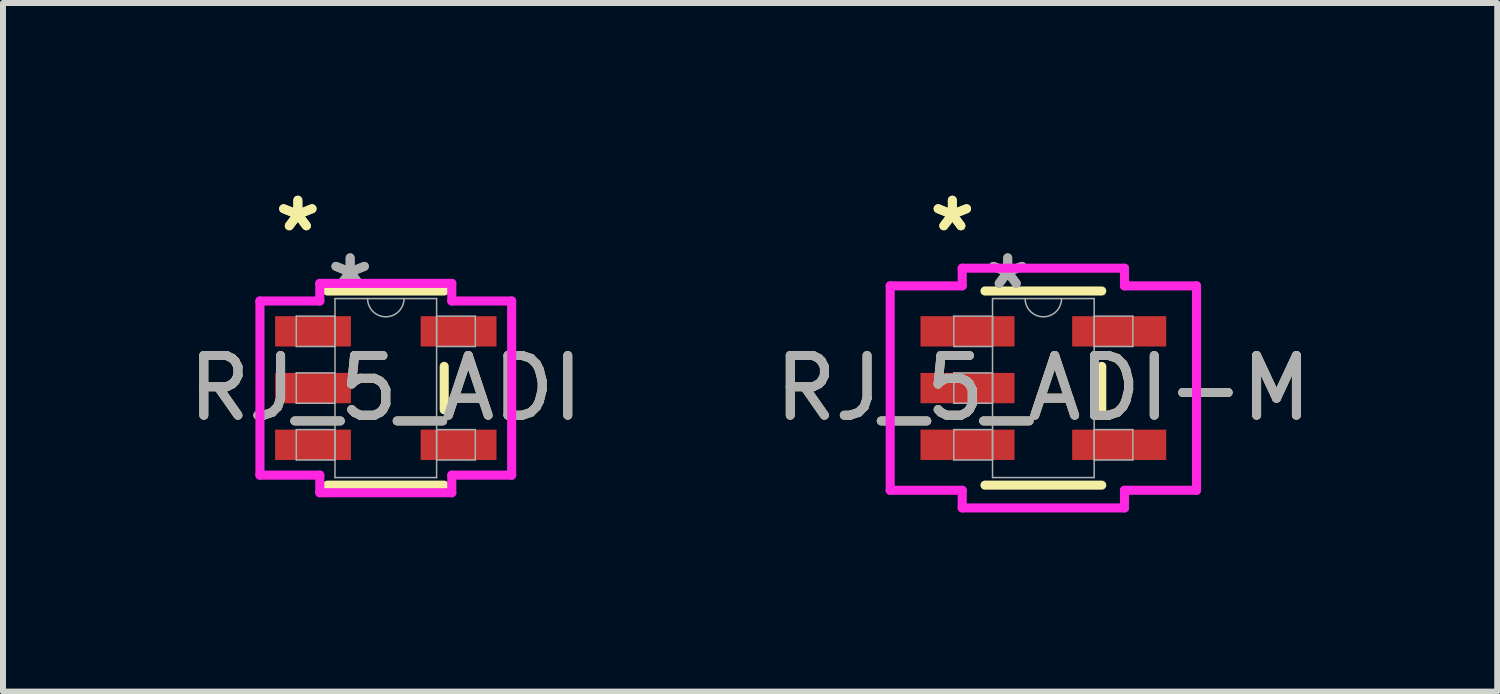
<source format=kicad_pcb>
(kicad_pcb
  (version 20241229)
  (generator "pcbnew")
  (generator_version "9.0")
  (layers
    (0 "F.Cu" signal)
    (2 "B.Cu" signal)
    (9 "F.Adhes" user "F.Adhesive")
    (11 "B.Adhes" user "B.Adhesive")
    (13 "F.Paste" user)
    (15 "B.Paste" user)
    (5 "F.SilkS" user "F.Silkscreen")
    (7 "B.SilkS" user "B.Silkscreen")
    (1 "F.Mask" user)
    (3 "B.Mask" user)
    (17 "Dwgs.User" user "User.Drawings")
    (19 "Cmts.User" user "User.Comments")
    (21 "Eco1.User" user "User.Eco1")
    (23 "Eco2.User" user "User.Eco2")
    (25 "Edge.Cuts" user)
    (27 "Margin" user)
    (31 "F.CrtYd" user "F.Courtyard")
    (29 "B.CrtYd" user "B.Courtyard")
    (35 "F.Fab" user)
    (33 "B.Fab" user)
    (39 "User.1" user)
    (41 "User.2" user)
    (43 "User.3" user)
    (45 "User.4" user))
  (footprint "RJ_5_ADI"
    (layer "F.Cu")
    (at 3.411 3.449)
    (property "Reference" "RJ_5_ADI" (at 0 0 0) (unlocked yes) (layer "F.SilkS") (effects (font (size 1 1) (thickness 0.15))))
    (attr smd)
    (fp_line (start -0.978 1.626) (end 0.978 1.626) (stroke (width 0.152) (type solid)) (layer "F.SilkS"))
    (fp_line (start 0.978 -1.626) (end -0.978 -1.626) (stroke (width 0.152) (type solid)) (layer "F.SilkS"))
    (fp_line (start 0.978 0.363) (end 0.978 -0.363) (stroke (width 0.152) (type solid)) (layer "F.SilkS"))
    (fp_line (start -2.108 -1.458) (end -1.105 -1.458) (stroke (width 0.152) (type solid)) (layer "F.CrtYd"))
    (fp_line (start -2.108 1.458) (end -2.108 -1.458) (stroke (width 0.152) (type solid)) (layer "F.CrtYd"))
    (fp_line (start -1.105 -1.753) (end 1.105 -1.753) (stroke (width 0.152) (type solid)) (layer "F.CrtYd"))
    (fp_line (start -1.105 -1.458) (end -1.105 -1.753) (stroke (width 0.152) (type solid)) (layer "F.CrtYd"))
    (fp_line (start -1.105 1.458) (end -2.108 1.458) (stroke (width 0.152) (type solid)) (layer "F.CrtYd"))
    (fp_line (start -1.105 1.753) (end -1.105 1.458) (stroke (width 0.152) (type solid)) (layer "F.CrtYd"))
    (fp_line (start 1.105 -1.753) (end 1.105 -1.458) (stroke (width 0.152) (type solid)) (layer "F.CrtYd"))
    (fp_line (start 1.105 -1.458) (end 2.108 -1.458) (stroke (width 0.152) (type solid)) (layer "F.CrtYd"))
    (fp_line (start 1.105 1.458) (end 1.105 1.753) (stroke (width 0.152) (type solid)) (layer "F.CrtYd"))
    (fp_line (start 1.105 1.753) (end -1.105 1.753) (stroke (width 0.152) (type solid)) (layer "F.CrtYd"))
    (fp_line (start 2.108 -1.458) (end 2.108 1.458) (stroke (width 0.152) (type solid)) (layer "F.CrtYd"))
    (fp_line (start 2.108 1.458) (end 1.105 1.458) (stroke (width 0.152) (type solid)) (layer "F.CrtYd"))
    (fp_line (start -1.499 -1.204) (end -1.499 -0.696) (stroke (width 0.025) (type solid)) (layer "F.Fab"))
    (fp_line (start -1.499 -0.696) (end -0.851 -0.696) (stroke (width 0.025) (type solid)) (layer "F.Fab"))
    (fp_line (start -1.499 -0.254) (end -1.499 0.254) (stroke (width 0.025) (type solid)) (layer "F.Fab"))
    (fp_line (start -1.499 0.254) (end -0.851 0.254) (stroke (width 0.025) (type solid)) (layer "F.Fab"))
    (fp_line (start -1.499 0.696) (end -1.499 1.204) (stroke (width 0.025) (type solid)) (layer "F.Fab"))
    (fp_line (start -1.499 1.204) (end -0.851 1.204) (stroke (width 0.025) (type solid)) (layer "F.Fab"))
    (fp_line (start -0.851 -1.499) (end -0.851 1.499) (stroke (width 0.025) (type solid)) (layer "F.Fab"))
    (fp_line (start -0.851 -1.204) (end -1.499 -1.204) (stroke (width 0.025) (type solid)) (layer "F.Fab"))
    (fp_line (start -0.851 -0.696) (end -0.851 -1.204) (stroke (width 0.025) (type solid)) (layer "F.Fab"))
    (fp_line (start -0.851 -0.254) (end -1.499 -0.254) (stroke (width 0.025) (type solid)) (layer "F.Fab"))
    (fp_line (start -0.851 0.254) (end -0.851 -0.254) (stroke (width 0.025) (type solid)) (layer "F.Fab"))
    (fp_line (start -0.851 0.696) (end -1.499 0.696) (stroke (width 0.025) (type solid)) (layer "F.Fab"))
    (fp_line (start -0.851 1.204) (end -0.851 0.696) (stroke (width 0.025) (type solid)) (layer "F.Fab"))
    (fp_line (start -0.851 1.499) (end 0.851 1.499) (stroke (width 0.025) (type solid)) (layer "F.Fab"))
    (fp_line (start 0.851 -1.499) (end -0.851 -1.499) (stroke (width 0.025) (type solid)) (layer "F.Fab"))
    (fp_line (start 0.851 -1.204) (end 0.851 -0.696) (stroke (width 0.025) (type solid)) (layer "F.Fab"))
    (fp_line (start 0.851 -0.696) (end 1.499 -0.696) (stroke (width 0.025) (type solid)) (layer "F.Fab"))
    (fp_line (start 0.851 0.696) (end 0.851 1.204) (stroke (width 0.025) (type solid)) (layer "F.Fab"))
    (fp_line (start 0.851 1.204) (end 1.499 1.204) (stroke (width 0.025) (type solid)) (layer "F.Fab"))
    (fp_line (start 0.851 1.499) (end 0.851 -1.499) (stroke (width 0.025) (type solid)) (layer "F.Fab"))
    (fp_line (start 1.499 -1.204) (end 0.851 -1.204) (stroke (width 0.025) (type solid)) (layer "F.Fab"))
    (fp_line (start 1.499 -0.696) (end 1.499 -1.204) (stroke (width 0.025) (type solid)) (layer "F.Fab"))
    (fp_line (start 1.499 0.696) (end 0.851 0.696) (stroke (width 0.025) (type solid)) (layer "F.Fab"))
    (fp_line (start 1.499 1.204) (end 1.499 0.696) (stroke (width 0.025) (type solid)) (layer "F.Fab"))
    (fp_arc (start 0.3048 -1.4986) (mid 0 -1.1938) (end -0.3048 -1.4986) (stroke (width 0.0254) (type solid)) (layer "F.Fab"))
    (fp_text user "*" (at -1.473 -2.601 0) (layer "F.SilkS") (effects (font (size 1 1) (thickness 0.15))))
    (fp_text user "*" (at -1.473 -2.601 0) (unlocked yes) (layer "F.SilkS") (effects (font (size 1 1) (thickness 0.15))))
    (fp_text user "*" (at -0.597 -1.636 0) (unlocked yes) (layer "F.Fab") (effects (font (size 1 1) (thickness 0.15))))
    (fp_text user "*" (at -0.597 -1.636 0) (layer "F.Fab") (effects (font (size 1 1) (thickness 0.15))))
    (fp_text user "${REFERENCE}" (at 0 0 0) (unlocked yes) (layer "F.Fab") (effects (font (size 1 1) (thickness 0.15))))
    (pad "1" smd rect (at -1.219 -0.95) (size 1.27 0.508) (layers "F.Cu" "F.Mask" "F.Paste"))
    (pad "2" smd rect (at -1.219 0) (size 1.27 0.508) (layers "F.Cu" "F.Mask" "F.Paste"))
    (pad "3" smd rect (at -1.219 0.95) (size 1.27 0.508) (layers "F.Cu" "F.Mask" "F.Paste"))
    (pad "4" smd rect (at 1.219 0.95) (size 1.27 0.508) (layers "F.Cu" "F.Mask" "F.Paste"))
    (pad "5" smd rect (at 1.219 -0.95) (size 1.27 0.508) (layers "F.Cu" "F.Mask" "F.Paste")))
  (footprint "RJ_5_ADI-M"
    (layer "F.Cu")
    (at 14.423 3.449)
    (property "Reference" "RJ_5_ADI-M" (at 0 0 0) (unlocked yes) (layer "F.SilkS") (effects (font (size 1 1) (thickness 0.15))))
    (attr smd)
    (fp_line (start -0.978 1.626) (end 0.978 1.626) (stroke (width 0.152) (type solid)) (layer "F.SilkS"))
    (fp_line (start 0.978 -1.626) (end -0.978 -1.626) (stroke (width 0.152) (type solid)) (layer "F.SilkS"))
    (fp_line (start 0.978 0.363) (end 0.978 -0.363) (stroke (width 0.152) (type solid)) (layer "F.SilkS"))
    (fp_line (start -2.565 -1.712) (end -1.359 -1.712) (stroke (width 0.152) (type solid)) (layer "F.CrtYd"))
    (fp_line (start -2.565 1.712) (end -2.565 -1.712) (stroke (width 0.152) (type solid)) (layer "F.CrtYd"))
    (fp_line (start -1.359 -2.007) (end 1.359 -2.007) (stroke (width 0.152) (type solid)) (layer "F.CrtYd"))
    (fp_line (start -1.359 -1.712) (end -1.359 -2.007) (stroke (width 0.152) (type solid)) (layer "F.CrtYd"))
    (fp_line (start -1.359 1.712) (end -2.565 1.712) (stroke (width 0.152) (type solid)) (layer "F.CrtYd"))
    (fp_line (start -1.359 2.007) (end -1.359 1.712) (stroke (width 0.152) (type solid)) (layer "F.CrtYd"))
    (fp_line (start 1.359 -2.007) (end 1.359 -1.712) (stroke (width 0.152) (type solid)) (layer "F.CrtYd"))
    (fp_line (start 1.359 -1.712) (end 2.565 -1.712) (stroke (width 0.152) (type solid)) (layer "F.CrtYd"))
    (fp_line (start 1.359 1.712) (end 1.359 2.007) (stroke (width 0.152) (type solid)) (layer "F.CrtYd"))
    (fp_line (start 1.359 2.007) (end -1.359 2.007) (stroke (width 0.152) (type solid)) (layer "F.CrtYd"))
    (fp_line (start 2.565 -1.712) (end 2.565 1.712) (stroke (width 0.152) (type solid)) (layer "F.CrtYd"))
    (fp_line (start 2.565 1.712) (end 1.359 1.712) (stroke (width 0.152) (type solid)) (layer "F.CrtYd"))
    (fp_line (start -1.499 -1.204) (end -1.499 -0.696) (stroke (width 0.025) (type solid)) (layer "F.Fab"))
    (fp_line (start -1.499 -0.696) (end -0.851 -0.696) (stroke (width 0.025) (type solid)) (layer "F.Fab"))
    (fp_line (start -1.499 -0.254) (end -1.499 0.254) (stroke (width 0.025) (type solid)) (layer "F.Fab"))
    (fp_line (start -1.499 0.254) (end -0.851 0.254) (stroke (width 0.025) (type solid)) (layer "F.Fab"))
    (fp_line (start -1.499 0.696) (end -1.499 1.204) (stroke (width 0.025) (type solid)) (layer "F.Fab"))
    (fp_line (start -1.499 1.204) (end -0.851 1.204) (stroke (width 0.025) (type solid)) (layer "F.Fab"))
    (fp_line (start -0.851 -1.499) (end -0.851 1.499) (stroke (width 0.025) (type solid)) (layer "F.Fab"))
    (fp_line (start -0.851 -1.204) (end -1.499 -1.204) (stroke (width 0.025) (type solid)) (layer "F.Fab"))
    (fp_line (start -0.851 -0.696) (end -0.851 -1.204) (stroke (width 0.025) (type solid)) (layer "F.Fab"))
    (fp_line (start -0.851 -0.254) (end -1.499 -0.254) (stroke (width 0.025) (type solid)) (layer "F.Fab"))
    (fp_line (start -0.851 0.254) (end -0.851 -0.254) (stroke (width 0.025) (type solid)) (layer "F.Fab"))
    (fp_line (start -0.851 0.696) (end -1.499 0.696) (stroke (width 0.025) (type solid)) (layer "F.Fab"))
    (fp_line (start -0.851 1.204) (end -0.851 0.696) (stroke (width 0.025) (type solid)) (layer "F.Fab"))
    (fp_line (start -0.851 1.499) (end 0.851 1.499) (stroke (width 0.025) (type solid)) (layer "F.Fab"))
    (fp_line (start 0.851 -1.499) (end -0.851 -1.499) (stroke (width 0.025) (type solid)) (layer "F.Fab"))
    (fp_line (start 0.851 -1.204) (end 0.851 -0.696) (stroke (width 0.025) (type solid)) (layer "F.Fab"))
    (fp_line (start 0.851 -0.696) (end 1.499 -0.696) (stroke (width 0.025) (type solid)) (layer "F.Fab"))
    (fp_line (start 0.851 0.696) (end 0.851 1.204) (stroke (width 0.025) (type solid)) (layer "F.Fab"))
    (fp_line (start 0.851 1.204) (end 1.499 1.204) (stroke (width 0.025) (type solid)) (layer "F.Fab"))
    (fp_line (start 0.851 1.499) (end 0.851 -1.499) (stroke (width 0.025) (type solid)) (layer "F.Fab"))
    (fp_line (start 1.499 -1.204) (end 0.851 -1.204) (stroke (width 0.025) (type solid)) (layer "F.Fab"))
    (fp_line (start 1.499 -0.696) (end 1.499 -1.204) (stroke (width 0.025) (type solid)) (layer "F.Fab"))
    (fp_line (start 1.499 0.696) (end 0.851 0.696) (stroke (width 0.025) (type solid)) (layer "F.Fab"))
    (fp_line (start 1.499 1.204) (end 1.499 0.696) (stroke (width 0.025) (type solid)) (layer "F.Fab"))
    (fp_arc (start 0.3048 -1.4986) (mid 0 -1.1938) (end -0.3048 -1.4986) (stroke (width 0.0254) (type solid)) (layer "F.Fab"))
    (fp_text user "*" (at -1.524 -2.601 0) (layer "F.SilkS") (effects (font (size 1 1) (thickness 0.15))))
    (fp_text user "*" (at -1.524 -2.601 0) (unlocked yes) (layer "F.SilkS") (effects (font (size 1 1) (thickness 0.15))))
    (fp_text user "*" (at -0.597 -1.636 0) (unlocked yes) (layer "F.Fab") (effects (font (size 1 1) (thickness 0.15))))
    (fp_text user "${REFERENCE}" (at 0 0 0) (unlocked yes) (layer "F.Fab") (effects (font (size 1 1) (thickness 0.15))))
    (fp_text user "*" (at -0.597 -1.636 0) (layer "F.Fab") (effects (font (size 1 1) (thickness 0.15))))
    (pad "1" smd rect (at -1.27 -0.95) (size 1.575 0.508) (layers "F.Cu" "F.Mask" "F.Paste"))
    (pad "2" smd rect (at -1.27 0) (size 1.575 0.508) (layers "F.Cu" "F.Mask" "F.Paste"))
    (pad "3" smd rect (at -1.27 0.95) (size 1.575 0.508) (layers "F.Cu" "F.Mask" "F.Paste"))
    (pad "4" smd rect (at 1.27 0.95) (size 1.575 0.508) (layers "F.Cu" "F.Mask" "F.Paste"))
    (pad "5" smd rect (at 1.27 -0.95) (size 1.575 0.508) (layers "F.Cu" "F.Mask" "F.Paste")))
  (gr_rect
    (start -3 -3)
    (end 22.024 8.532)
    (stroke (width 0.1) (type default))
    (fill no)
    (layer "Edge.Cuts")))
</source>
